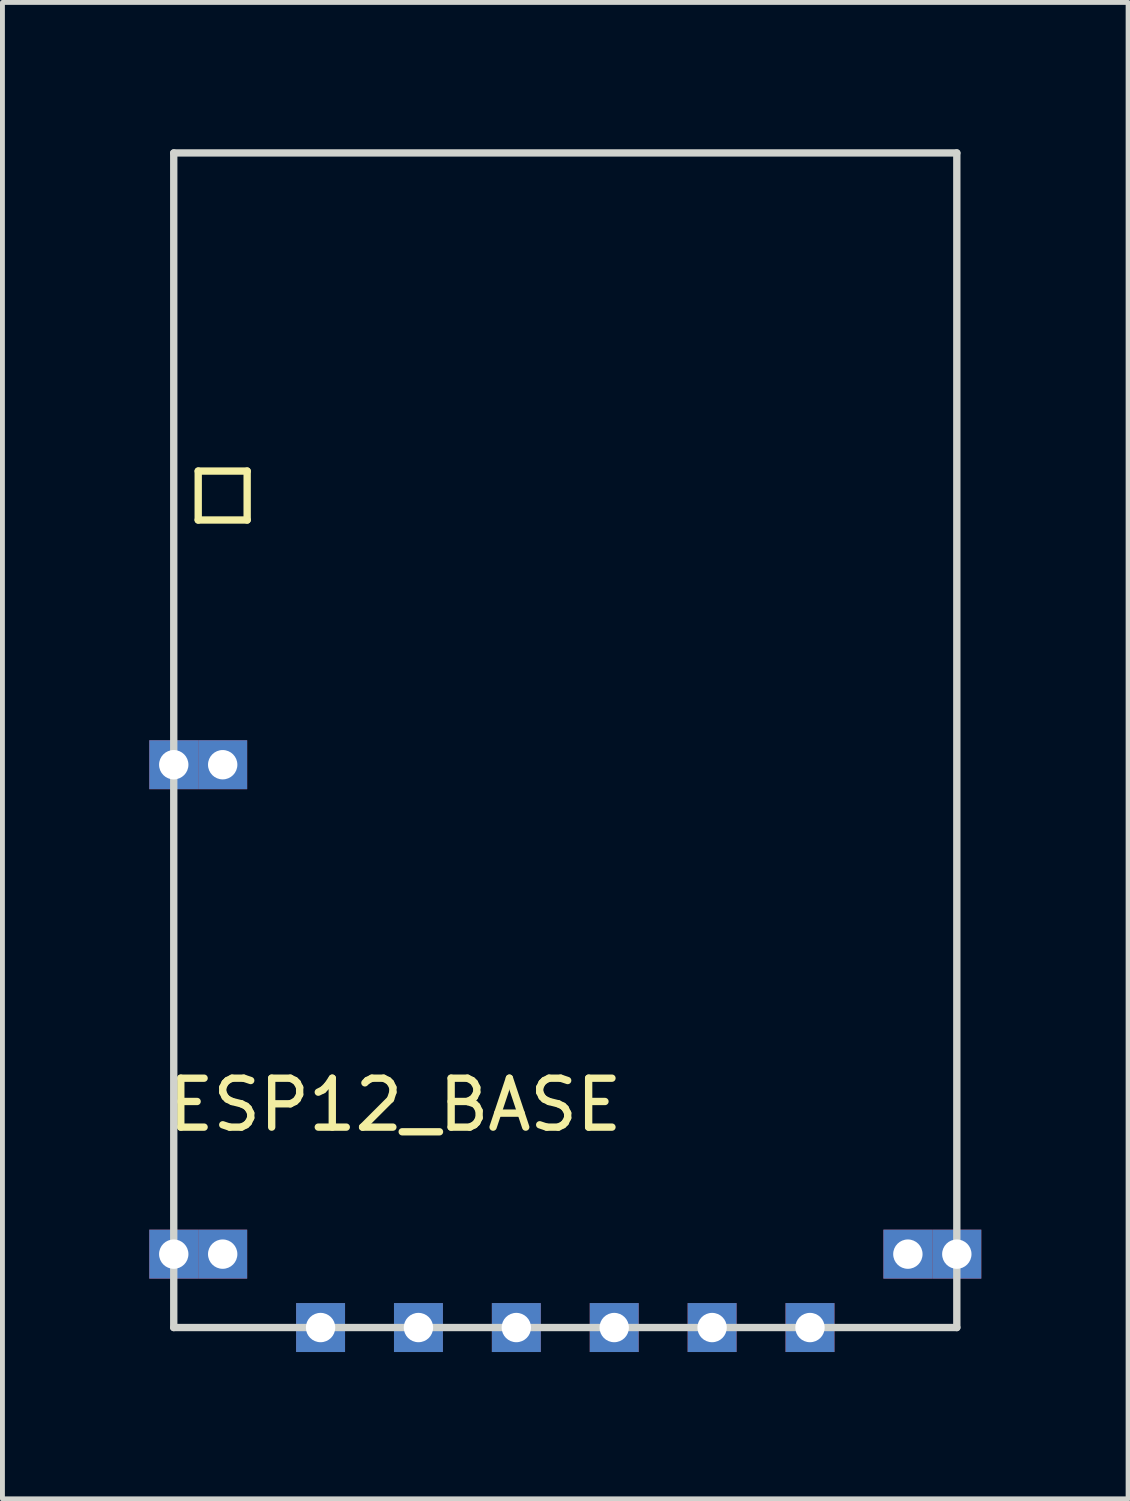
<source format=kicad_pcb>
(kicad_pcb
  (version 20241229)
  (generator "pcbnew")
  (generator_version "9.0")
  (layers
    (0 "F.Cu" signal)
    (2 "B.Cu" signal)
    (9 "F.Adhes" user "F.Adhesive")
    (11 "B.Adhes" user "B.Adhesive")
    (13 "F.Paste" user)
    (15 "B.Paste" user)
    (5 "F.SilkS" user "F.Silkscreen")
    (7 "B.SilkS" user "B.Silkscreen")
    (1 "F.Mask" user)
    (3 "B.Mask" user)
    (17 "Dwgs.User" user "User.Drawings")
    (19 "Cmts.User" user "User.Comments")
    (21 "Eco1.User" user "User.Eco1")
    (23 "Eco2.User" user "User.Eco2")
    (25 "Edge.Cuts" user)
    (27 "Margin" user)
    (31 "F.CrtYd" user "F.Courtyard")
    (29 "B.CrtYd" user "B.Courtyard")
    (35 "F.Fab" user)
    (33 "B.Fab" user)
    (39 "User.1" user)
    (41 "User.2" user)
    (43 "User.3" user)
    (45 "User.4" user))
  (footprint "ESP12_BASE"
    (layer "F.Cu")
    (at 8.5 12.075)
    (property "Reference" "ESP12_BASE" (at -3.475 7.45 0) (layer "F.SilkS") (effects (font (size 1 1) (thickness 0.15))))
    (attr through_hole)
    (fp_line (start -7.5 -5.5) (end -6.5 -5.5) (stroke (width 0.15) (type solid)) (layer "F.SilkS"))
    (fp_line (start -7.5 -4.5) (end -7.5 -5.5) (stroke (width 0.15) (type solid)) (layer "F.SilkS"))
    (fp_line (start -6.5 -5.5) (end -6.5 -4.5) (stroke (width 0.15) (type solid)) (layer "F.SilkS"))
    (fp_line (start -6.5 -4.5) (end -7.5 -4.5) (stroke (width 0.15) (type solid)) (layer "F.SilkS"))
    (fp_line (start -8 -12) (end 8 -12) (stroke (width 0.15) (type solid)) (layer "Edge.Cuts"))
    (fp_line (start -8 12) (end -8 -12) (stroke (width 0.15) (type solid)) (layer "Edge.Cuts"))
    (fp_line (start 8 -12) (end 8 12) (stroke (width 0.15) (type solid)) (layer "Edge.Cuts"))
    (fp_line (start 8 12) (end -8 12) (stroke (width 0.15) (type solid)) (layer "Edge.Cuts"))
    (pad "3" thru_hole rect (at -8 0.5) (size 1 1) (drill 0.6) (layers "*.Cu" "*.Mask"))
    (pad "3" thru_hole rect (at -7 0.5) (size 1 1) (drill 0.6) (layers "*.Cu" "*.Mask"))
    (pad "8" thru_hole rect (at -8 10.5) (size 1 1) (drill 0.6) (layers "*.Cu" "*.Mask"))
    (pad "8" thru_hole rect (at -7 10.5) (size 1 1) (drill 0.6) (layers "*.Cu" "*.Mask"))
    (pad "9" thru_hole rect (at -5 12) (size 1 1) (drill 0.6) (layers "*.Cu" "*.Mask"))
    (pad "10" thru_hole rect (at -3 12) (size 1 1) (drill 0.6) (layers "*.Cu" "*.Mask"))
    (pad "11" thru_hole rect (at -1 12) (size 1 1) (drill 0.6) (layers "*.Cu" "*.Mask"))
    (pad "12" thru_hole rect (at 1 12) (size 1 1) (drill 0.6) (layers "*.Cu" "*.Mask"))
    (pad "13" thru_hole rect (at 3 12) (size 1 1) (drill 0.6) (layers "*.Cu" "*.Mask"))
    (pad "14" thru_hole rect (at 5 12) (size 1 1) (drill 0.6) (layers "*.Cu" "*.Mask"))
    (pad "15" thru_hole rect (at 7 10.5) (size 1 1) (drill 0.6) (layers "*.Cu" "*.Mask"))
    (pad "15" thru_hole rect (at 8 10.5) (size 1 1) (drill 0.6) (layers "*.Cu" "*.Mask")))
  (gr_rect
    (start -3 -3)
    (end 20 27.575)
    (stroke (width 0.1) (type default))
    (fill no)
    (layer "Edge.Cuts")))
</source>
